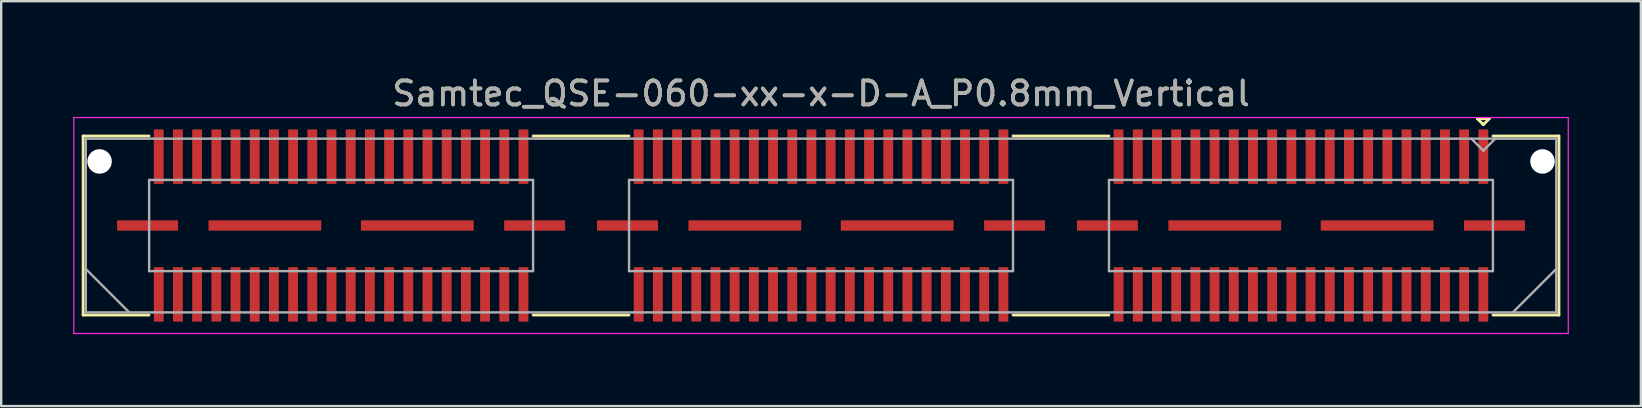
<source format=kicad_pcb>
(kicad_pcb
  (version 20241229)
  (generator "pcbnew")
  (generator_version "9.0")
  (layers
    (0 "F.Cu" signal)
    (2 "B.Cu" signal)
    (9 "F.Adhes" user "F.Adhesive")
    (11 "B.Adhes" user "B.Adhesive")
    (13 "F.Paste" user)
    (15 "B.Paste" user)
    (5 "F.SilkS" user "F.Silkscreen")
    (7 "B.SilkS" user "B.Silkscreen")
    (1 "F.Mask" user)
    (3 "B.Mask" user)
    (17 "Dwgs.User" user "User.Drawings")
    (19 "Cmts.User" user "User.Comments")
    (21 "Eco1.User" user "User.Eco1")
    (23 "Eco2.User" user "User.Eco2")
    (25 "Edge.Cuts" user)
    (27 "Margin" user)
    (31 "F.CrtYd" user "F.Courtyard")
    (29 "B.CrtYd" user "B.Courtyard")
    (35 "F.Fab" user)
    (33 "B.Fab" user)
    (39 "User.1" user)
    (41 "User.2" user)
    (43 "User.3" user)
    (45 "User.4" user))
  (footprint "Samtec_QSE-060-xx-x-D-A_P0.8mm_Vertical"
    (layer "F.Cu")
    (at 31.165 6.348)
    (property "Reference" "Samtec_QSE-060-xx-x-D-A_P0.8mm_Vertical" (at 0 -5.5 0) (layer "F.SilkS") (effects (font (size 1 1) (thickness 0.15))))
    (attr smd)
    (fp_line (start -30.75 -3.73) (end -28.005 -3.73) (stroke (width 0.12) (type solid)) (layer "F.SilkS"))
    (fp_line (start -30.75 3.73) (end -30.75 -3.73) (stroke (width 0.12) (type solid)) (layer "F.SilkS"))
    (fp_line (start -28.005 3.73) (end -30.75 3.73) (stroke (width 0.12) (type solid)) (layer "F.SilkS"))
    (fp_line (start -8.005 -3.73) (end -11.995 -3.73) (stroke (width 0.12) (type solid)) (layer "F.SilkS"))
    (fp_line (start -8.005 3.73) (end -11.995 3.73) (stroke (width 0.12) (type solid)) (layer "F.SilkS"))
    (fp_line (start 11.995 -3.73) (end 8.005 -3.73) (stroke (width 0.12) (type solid)) (layer "F.SilkS"))
    (fp_line (start 11.995 3.73) (end 8.005 3.73) (stroke (width 0.12) (type solid)) (layer "F.SilkS"))
    (fp_line (start 27.35 -4.455) (end 27.85 -4.455) (stroke (width 0.12) (type solid)) (layer "F.SilkS"))
    (fp_line (start 27.6 -4.205) (end 27.35 -4.455) (stroke (width 0.12) (type solid)) (layer "F.SilkS"))
    (fp_line (start 27.85 -4.455) (end 27.6 -4.205) (stroke (width 0.12) (type solid)) (layer "F.SilkS"))
    (fp_line (start 28.005 3.73) (end 30.75 3.73) (stroke (width 0.12) (type solid)) (layer "F.SilkS"))
    (fp_line (start 30.75 -3.73) (end 28.005 -3.73) (stroke (width 0.12) (type solid)) (layer "F.SilkS"))
    (fp_line (start 30.75 3.73) (end 30.75 -3.73) (stroke (width 0.12) (type solid)) (layer "F.SilkS"))
    (fp_line (start -31.14 -4.5) (end -31.14 4.5) (stroke (width 0.05) (type solid)) (layer "F.CrtYd"))
    (fp_line (start -31.14 4.5) (end 31.14 4.5) (stroke (width 0.05) (type solid)) (layer "F.CrtYd"))
    (fp_line (start 31.14 -4.5) (end -31.14 -4.5) (stroke (width 0.05) (type solid)) (layer "F.CrtYd"))
    (fp_line (start 31.14 4.5) (end 31.14 -4.5) (stroke (width 0.05) (type solid)) (layer "F.CrtYd"))
    (fp_line (start -30.64 -3.62) (end -30.64 3.62) (stroke (width 0.1) (type solid)) (layer "F.Fab"))
    (fp_line (start -30.64 1.81) (end -28.83 3.62) (stroke (width 0.1) (type solid)) (layer "F.Fab"))
    (fp_line (start -30.64 3.62) (end 30.64 3.62) (stroke (width 0.1) (type solid)) (layer "F.Fab"))
    (fp_line (start -28 -1.9) (end -28 1.9) (stroke (width 0.1) (type solid)) (layer "F.Fab"))
    (fp_line (start -28 1.9) (end -12 1.9) (stroke (width 0.1) (type solid)) (layer "F.Fab"))
    (fp_line (start -12 -1.9) (end -28 -1.9) (stroke (width 0.1) (type solid)) (layer "F.Fab"))
    (fp_line (start -12 1.9) (end -12 -1.9) (stroke (width 0.1) (type solid)) (layer "F.Fab"))
    (fp_line (start -8 -1.9) (end -8 1.9) (stroke (width 0.1) (type solid)) (layer "F.Fab"))
    (fp_line (start -8 1.9) (end 8 1.9) (stroke (width 0.1) (type solid)) (layer "F.Fab"))
    (fp_line (start 8 -1.9) (end -8 -1.9) (stroke (width 0.1) (type solid)) (layer "F.Fab"))
    (fp_line (start 8 1.9) (end 8 -1.9) (stroke (width 0.1) (type solid)) (layer "F.Fab"))
    (fp_line (start 12 -1.9) (end 12 1.9) (stroke (width 0.1) (type solid)) (layer "F.Fab"))
    (fp_line (start 12 1.9) (end 28 1.9) (stroke (width 0.1) (type solid)) (layer "F.Fab"))
    (fp_line (start 27.6 -3.12) (end 27.1 -3.62) (stroke (width 0.1) (type solid)) (layer "F.Fab"))
    (fp_line (start 28 -1.9) (end 12 -1.9) (stroke (width 0.1) (type solid)) (layer "F.Fab"))
    (fp_line (start 28 1.9) (end 28 -1.9) (stroke (width 0.1) (type solid)) (layer "F.Fab"))
    (fp_line (start 28.1 -3.62) (end 27.6 -3.12) (stroke (width 0.1) (type solid)) (layer "F.Fab"))
    (fp_line (start 30.64 -3.62) (end -30.64 -3.62) (stroke (width 0.1) (type solid)) (layer "F.Fab"))
    (fp_line (start 30.64 1.81) (end 28.83 3.62) (stroke (width 0.1) (type solid)) (layer "F.Fab"))
    (fp_line (start 30.64 3.62) (end 30.64 -3.62) (stroke (width 0.1) (type solid)) (layer "F.Fab"))
    (fp_text user "${REFERENCE}" (at 0 -5.5 0) (layer "F.Fab") (effects (font (size 1 1) (thickness 0.15))))
    (pad "" np_thru_hole circle (at -30.065 -2.67) (size 1.02 1.02) (drill 1.02) (layers "*.Cu" "*.Mask"))
    (pad "" np_thru_hole circle (at 30.065 -2.67) (size 1.02 1.02) (drill 1.02) (layers "*.Cu" "*.Mask"))
    (pad "1" smd rect (at 27.6 -2.87) (size 0.41 2.27) (layers "F.Cu" "F.Mask" "F.Paste"))
    (pad "2" smd rect (at 27.6 2.87) (size 0.41 2.27) (layers "F.Cu" "F.Mask" "F.Paste"))
    (pad "3" smd rect (at 26.8 -2.87) (size 0.41 2.27) (layers "F.Cu" "F.Mask" "F.Paste"))
    (pad "4" smd rect (at 26.8 2.87) (size 0.41 2.27) (layers "F.Cu" "F.Mask" "F.Paste"))
    (pad "5" smd rect (at 26 -2.87) (size 0.41 2.27) (layers "F.Cu" "F.Mask" "F.Paste"))
    (pad "6" smd rect (at 26 2.87) (size 0.41 2.27) (layers "F.Cu" "F.Mask" "F.Paste"))
    (pad "7" smd rect (at 25.2 -2.87) (size 0.41 2.27) (layers "F.Cu" "F.Mask" "F.Paste"))
    (pad "8" smd rect (at 25.2 2.87) (size 0.41 2.27) (layers "F.Cu" "F.Mask" "F.Paste"))
    (pad "9" smd rect (at 24.4 -2.87) (size 0.41 2.27) (layers "F.Cu" "F.Mask" "F.Paste"))
    (pad "10" smd rect (at 24.4 2.87) (size 0.41 2.27) (layers "F.Cu" "F.Mask" "F.Paste"))
    (pad "11" smd rect (at 23.6 -2.87) (size 0.41 2.27) (layers "F.Cu" "F.Mask" "F.Paste"))
    (pad "12" smd rect (at 23.6 2.87) (size 0.41 2.27) (layers "F.Cu" "F.Mask" "F.Paste"))
    (pad "13" smd rect (at 22.8 -2.87) (size 0.41 2.27) (layers "F.Cu" "F.Mask" "F.Paste"))
    (pad "14" smd rect (at 22.8 2.87) (size 0.41 2.27) (layers "F.Cu" "F.Mask" "F.Paste"))
    (pad "15" smd rect (at 22 -2.87) (size 0.41 2.27) (layers "F.Cu" "F.Mask" "F.Paste"))
    (pad "16" smd rect (at 22 2.87) (size 0.41 2.27) (layers "F.Cu" "F.Mask" "F.Paste"))
    (pad "17" smd rect (at 21.2 -2.87) (size 0.41 2.27) (layers "F.Cu" "F.Mask" "F.Paste"))
    (pad "18" smd rect (at 21.2 2.87) (size 0.41 2.27) (layers "F.Cu" "F.Mask" "F.Paste"))
    (pad "19" smd rect (at 20.4 -2.87) (size 0.41 2.27) (layers "F.Cu" "F.Mask" "F.Paste"))
    (pad "20" smd rect (at 20.4 2.87) (size 0.41 2.27) (layers "F.Cu" "F.Mask" "F.Paste"))
    (pad "21" smd rect (at 19.6 -2.87) (size 0.41 2.27) (layers "F.Cu" "F.Mask" "F.Paste"))
    (pad "22" smd rect (at 19.6 2.87) (size 0.41 2.27) (layers "F.Cu" "F.Mask" "F.Paste"))
    (pad "23" smd rect (at 18.8 -2.87) (size 0.41 2.27) (layers "F.Cu" "F.Mask" "F.Paste"))
    (pad "24" smd rect (at 18.8 2.87) (size 0.41 2.27) (layers "F.Cu" "F.Mask" "F.Paste"))
    (pad "25" smd rect (at 18 -2.87) (size 0.41 2.27) (layers "F.Cu" "F.Mask" "F.Paste"))
    (pad "26" smd rect (at 18 2.87) (size 0.41 2.27) (layers "F.Cu" "F.Mask" "F.Paste"))
    (pad "27" smd rect (at 17.2 -2.87) (size 0.41 2.27) (layers "F.Cu" "F.Mask" "F.Paste"))
    (pad "28" smd rect (at 17.2 2.87) (size 0.41 2.27) (layers "F.Cu" "F.Mask" "F.Paste"))
    (pad "29" smd rect (at 16.4 -2.87) (size 0.41 2.27) (layers "F.Cu" "F.Mask" "F.Paste"))
    (pad "30" smd rect (at 16.4 2.87) (size 0.41 2.27) (layers "F.Cu" "F.Mask" "F.Paste"))
    (pad "31" smd rect (at 15.6 -2.87) (size 0.41 2.27) (layers "F.Cu" "F.Mask" "F.Paste"))
    (pad "32" smd rect (at 15.6 2.87) (size 0.41 2.27) (layers "F.Cu" "F.Mask" "F.Paste"))
    (pad "33" smd rect (at 14.8 -2.87) (size 0.41 2.27) (layers "F.Cu" "F.Mask" "F.Paste"))
    (pad "34" smd rect (at 14.8 2.87) (size 0.41 2.27) (layers "F.Cu" "F.Mask" "F.Paste"))
    (pad "35" smd rect (at 14 -2.87) (size 0.41 2.27) (layers "F.Cu" "F.Mask" "F.Paste"))
    (pad "36" smd rect (at 14 2.87) (size 0.41 2.27) (layers "F.Cu" "F.Mask" "F.Paste"))
    (pad "37" smd rect (at 13.2 -2.87) (size 0.41 2.27) (layers "F.Cu" "F.Mask" "F.Paste"))
    (pad "38" smd rect (at 13.2 2.87) (size 0.41 2.27) (layers "F.Cu" "F.Mask" "F.Paste"))
    (pad "39" smd rect (at 12.4 -2.87) (size 0.41 2.27) (layers "F.Cu" "F.Mask" "F.Paste"))
    (pad "40" smd rect (at 12.4 2.87) (size 0.41 2.27) (layers "F.Cu" "F.Mask" "F.Paste"))
    (pad "41" smd rect (at 7.6 -2.87) (size 0.41 2.27) (layers "F.Cu" "F.Mask" "F.Paste"))
    (pad "42" smd rect (at 7.6 2.87) (size 0.41 2.27) (layers "F.Cu" "F.Mask" "F.Paste"))
    (pad "43" smd rect (at 6.8 -2.87) (size 0.41 2.27) (layers "F.Cu" "F.Mask" "F.Paste"))
    (pad "44" smd rect (at 6.8 2.87) (size 0.41 2.27) (layers "F.Cu" "F.Mask" "F.Paste"))
    (pad "45" smd rect (at 6 -2.87) (size 0.41 2.27) (layers "F.Cu" "F.Mask" "F.Paste"))
    (pad "46" smd rect (at 6 2.87) (size 0.41 2.27) (layers "F.Cu" "F.Mask" "F.Paste"))
    (pad "47" smd rect (at 5.2 -2.87) (size 0.41 2.27) (layers "F.Cu" "F.Mask" "F.Paste"))
    (pad "48" smd rect (at 5.2 2.87) (size 0.41 2.27) (layers "F.Cu" "F.Mask" "F.Paste"))
    (pad "49" smd rect (at 4.4 -2.87) (size 0.41 2.27) (layers "F.Cu" "F.Mask" "F.Paste"))
    (pad "50" smd rect (at 4.4 2.87) (size 0.41 2.27) (layers "F.Cu" "F.Mask" "F.Paste"))
    (pad "51" smd rect (at 3.6 -2.87) (size 0.41 2.27) (layers "F.Cu" "F.Mask" "F.Paste"))
    (pad "52" smd rect (at 3.6 2.87) (size 0.41 2.27) (layers "F.Cu" "F.Mask" "F.Paste"))
    (pad "53" smd rect (at 2.8 -2.87) (size 0.41 2.27) (layers "F.Cu" "F.Mask" "F.Paste"))
    (pad "54" smd rect (at 2.8 2.87) (size 0.41 2.27) (layers "F.Cu" "F.Mask" "F.Paste"))
    (pad "55" smd rect (at 2 -2.87) (size 0.41 2.27) (layers "F.Cu" "F.Mask" "F.Paste"))
    (pad "56" smd rect (at 2 2.87) (size 0.41 2.27) (layers "F.Cu" "F.Mask" "F.Paste"))
    (pad "57" smd rect (at 1.2 -2.87) (size 0.41 2.27) (layers "F.Cu" "F.Mask" "F.Paste"))
    (pad "58" smd rect (at 1.2 2.87) (size 0.41 2.27) (layers "F.Cu" "F.Mask" "F.Paste"))
    (pad "59" smd rect (at 0.4 -2.87) (size 0.41 2.27) (layers "F.Cu" "F.Mask" "F.Paste"))
    (pad "60" smd rect (at 0.4 2.87) (size 0.41 2.27) (layers "F.Cu" "F.Mask" "F.Paste"))
    (pad "61" smd rect (at -0.4 -2.87) (size 0.41 2.27) (layers "F.Cu" "F.Mask" "F.Paste"))
    (pad "62" smd rect (at -0.4 2.87) (size 0.41 2.27) (layers "F.Cu" "F.Mask" "F.Paste"))
    (pad "63" smd rect (at -1.2 -2.87) (size 0.41 2.27) (layers "F.Cu" "F.Mask" "F.Paste"))
    (pad "64" smd rect (at -1.2 2.87) (size 0.41 2.27) (layers "F.Cu" "F.Mask" "F.Paste"))
    (pad "65" smd rect (at -2 -2.87) (size 0.41 2.27) (layers "F.Cu" "F.Mask" "F.Paste"))
    (pad "66" smd rect (at -2 2.87) (size 0.41 2.27) (layers "F.Cu" "F.Mask" "F.Paste"))
    (pad "67" smd rect (at -2.8 -2.87) (size 0.41 2.27) (layers "F.Cu" "F.Mask" "F.Paste"))
    (pad "68" smd rect (at -2.8 2.87) (size 0.41 2.27) (layers "F.Cu" "F.Mask" "F.Paste"))
    (pad "69" smd rect (at -3.6 -2.87) (size 0.41 2.27) (layers "F.Cu" "F.Mask" "F.Paste"))
    (pad "70" smd rect (at -3.6 2.87) (size 0.41 2.27) (layers "F.Cu" "F.Mask" "F.Paste"))
    (pad "71" smd rect (at -4.4 -2.87) (size 0.41 2.27) (layers "F.Cu" "F.Mask" "F.Paste"))
    (pad "72" smd rect (at -4.4 2.87) (size 0.41 2.27) (layers "F.Cu" "F.Mask" "F.Paste"))
    (pad "73" smd rect (at -5.2 -2.87) (size 0.41 2.27) (layers "F.Cu" "F.Mask" "F.Paste"))
    (pad "74" smd rect (at -5.2 2.87) (size 0.41 2.27) (layers "F.Cu" "F.Mask" "F.Paste"))
    (pad "75" smd rect (at -6 -2.87) (size 0.41 2.27) (layers "F.Cu" "F.Mask" "F.Paste"))
    (pad "76" smd rect (at -6 2.87) (size 0.41 2.27) (layers "F.Cu" "F.Mask" "F.Paste"))
    (pad "77" smd rect (at -6.8 -2.87) (size 0.41 2.27) (layers "F.Cu" "F.Mask" "F.Paste"))
    (pad "78" smd rect (at -6.8 2.87) (size 0.41 2.27) (layers "F.Cu" "F.Mask" "F.Paste"))
    (pad "79" smd rect (at -7.6 -2.87) (size 0.41 2.27) (layers "F.Cu" "F.Mask" "F.Paste"))
    (pad "80" smd rect (at -7.6 2.87) (size 0.41 2.27) (layers "F.Cu" "F.Mask" "F.Paste"))
    (pad "81" smd rect (at -12.4 -2.87) (size 0.41 2.27) (layers "F.Cu" "F.Mask" "F.Paste"))
    (pad "82" smd rect (at -12.4 2.87) (size 0.41 2.27) (layers "F.Cu" "F.Mask" "F.Paste"))
    (pad "83" smd rect (at -13.2 -2.87) (size 0.41 2.27) (layers "F.Cu" "F.Mask" "F.Paste"))
    (pad "84" smd rect (at -13.2 2.87) (size 0.41 2.27) (layers "F.Cu" "F.Mask" "F.Paste"))
    (pad "85" smd rect (at -14 -2.87) (size 0.41 2.27) (layers "F.Cu" "F.Mask" "F.Paste"))
    (pad "86" smd rect (at -14 2.87) (size 0.41 2.27) (layers "F.Cu" "F.Mask" "F.Paste"))
    (pad "87" smd rect (at -14.8 -2.87) (size 0.41 2.27) (layers "F.Cu" "F.Mask" "F.Paste"))
    (pad "88" smd rect (at -14.8 2.87) (size 0.41 2.27) (layers "F.Cu" "F.Mask" "F.Paste"))
    (pad "89" smd rect (at -15.6 -2.87) (size 0.41 2.27) (layers "F.Cu" "F.Mask" "F.Paste"))
    (pad "90" smd rect (at -15.6 2.87) (size 0.41 2.27) (layers "F.Cu" "F.Mask" "F.Paste"))
    (pad "91" smd rect (at -16.4 -2.87) (size 0.41 2.27) (layers "F.Cu" "F.Mask" "F.Paste"))
    (pad "92" smd rect (at -16.4 2.87) (size 0.41 2.27) (layers "F.Cu" "F.Mask" "F.Paste"))
    (pad "93" smd rect (at -17.2 -2.87) (size 0.41 2.27) (layers "F.Cu" "F.Mask" "F.Paste"))
    (pad "94" smd rect (at -17.2 2.87) (size 0.41 2.27) (layers "F.Cu" "F.Mask" "F.Paste"))
    (pad "95" smd rect (at -18 -2.87) (size 0.41 2.27) (layers "F.Cu" "F.Mask" "F.Paste"))
    (pad "96" smd rect (at -18 2.87) (size 0.41 2.27) (layers "F.Cu" "F.Mask" "F.Paste"))
    (pad "97" smd rect (at -18.8 -2.87) (size 0.41 2.27) (layers "F.Cu" "F.Mask" "F.Paste"))
    (pad "98" smd rect (at -18.8 2.87) (size 0.41 2.27) (layers "F.Cu" "F.Mask" "F.Paste"))
    (pad "99" smd rect (at -19.6 -2.87) (size 0.41 2.27) (layers "F.Cu" "F.Mask" "F.Paste"))
    (pad "100" smd rect (at -19.6 2.87) (size 0.41 2.27) (layers "F.Cu" "F.Mask" "F.Paste"))
    (pad "101" smd rect (at -20.4 -2.87) (size 0.41 2.27) (layers "F.Cu" "F.Mask" "F.Paste"))
    (pad "102" smd rect (at -20.4 2.87) (size 0.41 2.27) (layers "F.Cu" "F.Mask" "F.Paste"))
    (pad "103" smd rect (at -21.2 -2.87) (size 0.41 2.27) (layers "F.Cu" "F.Mask" "F.Paste"))
    (pad "104" smd rect (at -21.2 2.87) (size 0.41 2.27) (layers "F.Cu" "F.Mask" "F.Paste"))
    (pad "105" smd rect (at -22 -2.87) (size 0.41 2.27) (layers "F.Cu" "F.Mask" "F.Paste"))
    (pad "106" smd rect (at -22 2.87) (size 0.41 2.27) (layers "F.Cu" "F.Mask" "F.Paste"))
    (pad "107" smd rect (at -22.8 -2.87) (size 0.41 2.27) (layers "F.Cu" "F.Mask" "F.Paste"))
    (pad "108" smd rect (at -22.8 2.87) (size 0.41 2.27) (layers "F.Cu" "F.Mask" "F.Paste"))
    (pad "109" smd rect (at -23.6 -2.87) (size 0.41 2.27) (layers "F.Cu" "F.Mask" "F.Paste"))
    (pad "110" smd rect (at -23.6 2.87) (size 0.41 2.27) (layers "F.Cu" "F.Mask" "F.Paste"))
    (pad "111" smd rect (at -24.4 -2.87) (size 0.41 2.27) (layers "F.Cu" "F.Mask" "F.Paste"))
    (pad "112" smd rect (at -24.4 2.87) (size 0.41 2.27) (layers "F.Cu" "F.Mask" "F.Paste"))
    (pad "113" smd rect (at -25.2 -2.87) (size 0.41 2.27) (layers "F.Cu" "F.Mask" "F.Paste"))
    (pad "114" smd rect (at -25.2 2.87) (size 0.41 2.27) (layers "F.Cu" "F.Mask" "F.Paste"))
    (pad "115" smd rect (at -26 -2.87) (size 0.41 2.27) (layers "F.Cu" "F.Mask" "F.Paste"))
    (pad "116" smd rect (at -26 2.87) (size 0.41 2.27) (layers "F.Cu" "F.Mask" "F.Paste"))
    (pad "117" smd rect (at -26.8 -2.87) (size 0.41 2.27) (layers "F.Cu" "F.Mask" "F.Paste"))
    (pad "118" smd rect (at -26.8 2.87) (size 0.41 2.27) (layers "F.Cu" "F.Mask" "F.Paste"))
    (pad "119" smd rect (at -27.6 -2.87) (size 0.41 2.27) (layers "F.Cu" "F.Mask" "F.Paste"))
    (pad "120" smd rect (at -27.6 2.87) (size 0.41 2.27) (layers "F.Cu" "F.Mask" "F.Paste"))
    (pad "P1" smd rect (at 11.935 0) (size 2.54 0.43) (layers "F.Cu" "F.Mask" "F.Paste"))
    (pad "P1" smd rect (at 16.825 0) (size 4.7 0.43) (layers "F.Cu" "F.Mask" "F.Paste"))
    (pad "P1" smd rect (at 23.175 0) (size 4.7 0.43) (layers "F.Cu" "F.Mask" "F.Paste"))
    (pad "P1" smd rect (at 28.065 0) (size 2.54 0.43) (layers "F.Cu" "F.Mask" "F.Paste"))
    (pad "P2" smd rect (at -8.065 0) (size 2.54 0.43) (layers "F.Cu" "F.Mask" "F.Paste"))
    (pad "P2" smd rect (at -3.175 0) (size 4.7 0.43) (layers "F.Cu" "F.Mask" "F.Paste"))
    (pad "P2" smd rect (at 3.175 0) (size 4.7 0.43) (layers "F.Cu" "F.Mask" "F.Paste"))
    (pad "P2" smd rect (at 8.065 0) (size 2.54 0.43) (layers "F.Cu" "F.Mask" "F.Paste"))
    (pad "P3" smd rect (at -28.065 0) (size 2.54 0.43) (layers "F.Cu" "F.Mask" "F.Paste"))
    (pad "P3" smd rect (at -23.175 0) (size 4.7 0.43) (layers "F.Cu" "F.Mask" "F.Paste"))
    (pad "P3" smd rect (at -16.825 0) (size 4.7 0.43) (layers "F.Cu" "F.Mask" "F.Paste"))
    (pad "P3" smd rect (at -11.935 0) (size 2.54 0.43) (layers "F.Cu" "F.Mask" "F.Paste")))
  (gr_rect
    (start -3 -3)
    (end 65.33 13.873)
    (stroke (width 0.1) (type default))
    (fill no)
    (layer "Edge.Cuts")))
</source>
